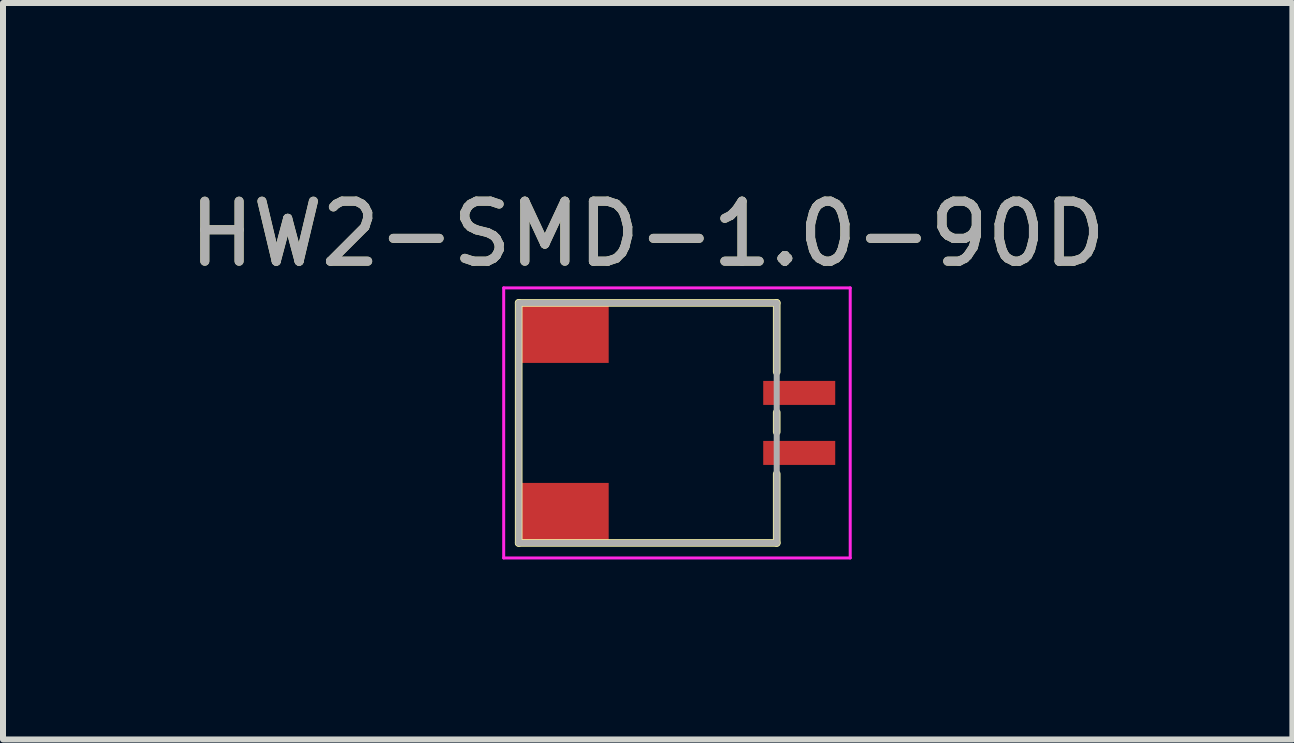
<source format=kicad_pcb>
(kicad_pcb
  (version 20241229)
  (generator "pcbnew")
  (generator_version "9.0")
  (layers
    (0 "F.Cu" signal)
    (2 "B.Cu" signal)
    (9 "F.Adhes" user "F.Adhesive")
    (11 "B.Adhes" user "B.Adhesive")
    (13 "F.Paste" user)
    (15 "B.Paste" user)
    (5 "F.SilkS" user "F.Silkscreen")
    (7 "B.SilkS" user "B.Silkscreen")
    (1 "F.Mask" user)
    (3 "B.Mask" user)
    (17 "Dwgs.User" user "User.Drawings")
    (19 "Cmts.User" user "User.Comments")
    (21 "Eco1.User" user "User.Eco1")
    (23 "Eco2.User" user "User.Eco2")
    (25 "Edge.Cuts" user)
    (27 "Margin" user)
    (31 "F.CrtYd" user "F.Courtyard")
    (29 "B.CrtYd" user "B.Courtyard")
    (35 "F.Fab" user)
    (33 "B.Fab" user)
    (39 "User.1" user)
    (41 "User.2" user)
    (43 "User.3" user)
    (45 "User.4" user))
  (footprint "HW2-SMD-1.0-90D"
    (layer "F.Cu")
    (at 7.744 3.998)
    (property "Reference" "HW2-SMD-1.0-90D" (at 0 -3.15 0) (layer "F.SilkS") (effects (font (size 1 1) (thickness 0.15))))
    (attr smd)
    (fp_line (start -2.15 -2) (end -2.15 2) (stroke (width 0.127) (type solid)) (layer "F.SilkS"))
    (fp_line (start -2.15 -2) (end 2.15 -2) (stroke (width 0.127) (type solid)) (layer "F.SilkS"))
    (fp_line (start 2.15 -2) (end 2.15 -0.85) (stroke (width 0.127) (type solid)) (layer "F.SilkS"))
    (fp_line (start 2.15 -0.175) (end 2.15 0.15) (stroke (width 0.127) (type solid)) (layer "F.SilkS"))
    (fp_line (start 2.15 0.85) (end 2.15 2) (stroke (width 0.127) (type solid)) (layer "F.SilkS"))
    (fp_line (start 2.15 2) (end -2.15 2) (stroke (width 0.127) (type solid)) (layer "F.SilkS"))
    (fp_line (start -2.4 -2.25) (end 3.375 -2.25) (stroke (width 0.05) (type solid)) (layer "F.CrtYd"))
    (fp_line (start -2.4 2.25) (end -2.4 -2.25) (stroke (width 0.05) (type solid)) (layer "F.CrtYd"))
    (fp_line (start 3.375 -2.25) (end 3.375 2.25) (stroke (width 0.05) (type solid)) (layer "F.CrtYd"))
    (fp_line (start 3.375 2.25) (end -2.4 2.25) (stroke (width 0.05) (type solid)) (layer "F.CrtYd"))
    (fp_line (start -2.15 -2) (end -2.15 2) (stroke (width 0.1) (type solid)) (layer "F.Fab"))
    (fp_line (start -2.15 -2) (end 2.15 -2) (stroke (width 0.1) (type solid)) (layer "F.Fab"))
    (fp_line (start 2.15 -2) (end 2.15 2) (stroke (width 0.1) (type solid)) (layer "F.Fab"))
    (fp_line (start 2.15 2) (end -2.15 2) (stroke (width 0.1) (type solid)) (layer "F.Fab"))
    (fp_text user "${REFERENCE}" (at 0 -3.15 0) (layer "F.Fab") (effects (font (size 1 1) (thickness 0.15))))
    (pad "1" smd rect (at 2.525 -0.5) (size 1.2 0.4) (layers "F.Cu" "F.Mask" "F.Paste"))
    (pad "2" smd rect (at 2.525 0.5) (size 1.2 0.4) (layers "F.Cu" "F.Mask" "F.Paste"))
    (pad "3" smd rect (at -1.4 -1.5) (size 1.5 1) (layers "F.Cu" "F.Mask" "F.Paste"))
    (pad "4" smd rect (at -1.4 1.5) (size 1.5 1) (layers "F.Cu" "F.Mask" "F.Paste")))
  (gr_rect
    (start -3 -3)
    (end 18.488 9.273)
    (stroke (width 0.1) (type default))
    (fill no)
    (layer "Edge.Cuts")))
</source>
